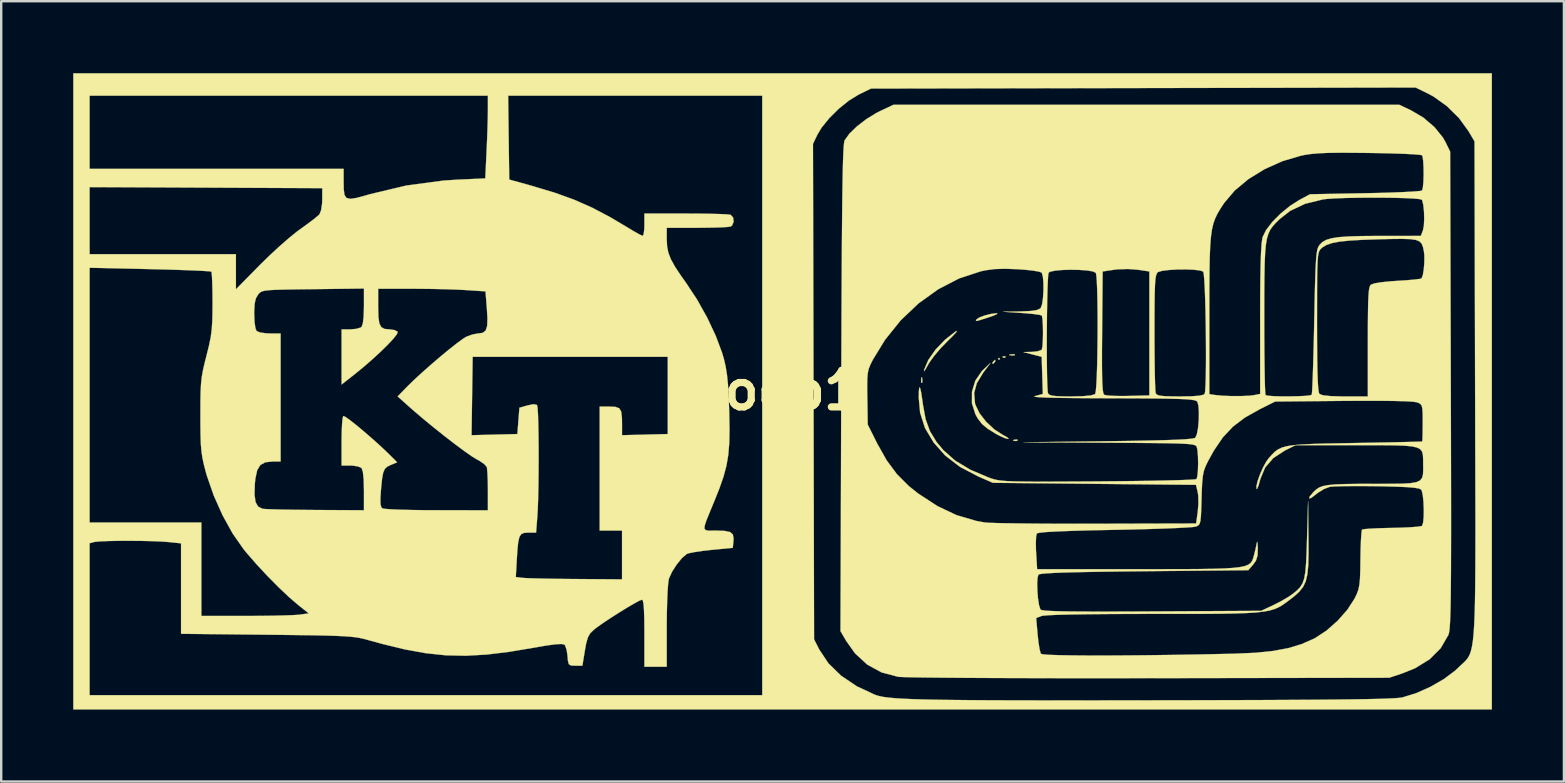
<source format=kicad_pcb>
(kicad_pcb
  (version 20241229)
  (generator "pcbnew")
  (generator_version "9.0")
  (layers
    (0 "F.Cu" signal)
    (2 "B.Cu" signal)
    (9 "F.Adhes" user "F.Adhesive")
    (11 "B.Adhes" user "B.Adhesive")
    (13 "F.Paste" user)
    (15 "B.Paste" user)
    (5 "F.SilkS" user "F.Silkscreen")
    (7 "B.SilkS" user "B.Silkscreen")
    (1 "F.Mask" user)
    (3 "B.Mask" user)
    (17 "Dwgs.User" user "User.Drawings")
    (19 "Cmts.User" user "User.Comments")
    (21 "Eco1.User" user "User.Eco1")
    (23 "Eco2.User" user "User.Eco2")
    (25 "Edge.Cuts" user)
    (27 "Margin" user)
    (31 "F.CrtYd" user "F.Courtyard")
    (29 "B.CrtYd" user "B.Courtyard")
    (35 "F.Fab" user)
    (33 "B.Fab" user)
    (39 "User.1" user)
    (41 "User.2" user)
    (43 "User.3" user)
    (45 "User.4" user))
  (footprint "logo1"
    (layer "F.Cu")
    (at 29.554 13.213)
    (property "Reference" "logo1" (at 0 0 0) (layer "F.SilkS") (effects (font (size 1.524 1.524) (thickness 0.3))))
    (attr through_hole)
    (fp_poly (pts (xy 9.059 -1.312) (xy 9.017 -1.27) (xy 8.975 -1.312) (xy 9.017 -1.355) (xy 9.059 -1.312)) (stroke (width 0.01) (type solid)) (fill yes) (layer "F.SilkS"))
    (fp_poly (pts (xy 5.813 -0.529) (xy 5.825 -0.356) (xy 5.813 -0.318) (xy 5.783 -0.307) (xy 5.771 -0.423) (xy 5.784 -0.544) (xy 5.813 -0.529)) (stroke (width 0.01) (type solid)) (fill yes) (layer "F.SilkS"))
    (fp_poly (pts (xy 9.285 -1.411) (xy 9.273 -1.361) (xy 9.229 -1.355) (xy 9.159 -1.386) (xy 9.172 -1.411) (xy 9.273 -1.421) (xy 9.285 -1.411)) (stroke (width 0.01) (type solid)) (fill yes) (layer "F.SilkS"))
    (fp_poly (pts (xy 9.673 -1.495) (xy 9.684 -1.465) (xy 9.567 -1.453) (xy 9.447 -1.466) (xy 9.461 -1.495) (xy 9.635 -1.507) (xy 9.673 -1.495)) (stroke (width 0.01) (type solid)) (fill yes) (layer "F.SilkS"))
    (fp_poly (pts (xy 9.798 2.066) (xy 9.773 2.104) (xy 9.687 2.11) (xy 9.597 2.089) (xy 9.636 2.059) (xy 9.768 2.049) (xy 9.798 2.066)) (stroke (width 0.01) (type solid)) (fill yes) (layer "F.SilkS"))
    (fp_poly (pts (xy 8.863 -1.215) (xy 8.848 -1.185) (xy 8.768 -1.104) (xy 8.753 -1.101) (xy 8.747 -1.155) (xy 8.763 -1.185) (xy 8.843 -1.266) (xy 8.858 -1.27) (xy 8.863 -1.215)) (stroke (width 0.01) (type solid)) (fill yes) (layer "F.SilkS"))
    (fp_poly (pts (xy 8.948 -3.188) (xy 8.828 -3.128) (xy 8.597 -3.046) (xy 8.594 -3.045) (xy 8.296 -2.949) (xy 8.128 -2.9) (xy 8.059 -2.891) (xy 8.058 -2.917) (xy 8.084 -2.96) (xy 8.199 -3.037) (xy 8.418 -3.118) (xy 8.673 -3.183) (xy 8.901 -3.212) (xy 8.932 -3.212) (xy 8.948 -3.188)) (stroke (width 0.01) (type solid)) (fill yes) (layer "F.SilkS"))
    (fp_poly (pts (xy 7.224 -2.409) (xy 7.076 -2.25) (xy 6.884 -2.062) (xy 6.589 -1.759) (xy 6.318 -1.44) (xy 6.114 -1.158) (xy 6.056 -1.058) (xy 5.95 -0.869) (xy 5.892 -0.797) (xy 5.893 -0.847) (xy 6.07 -1.263) (xy 6.375 -1.699) (xy 6.775 -2.115) (xy 7.197 -2.445) (xy 7.268 -2.478) (xy 7.224 -2.409)) (stroke (width 0.01) (type solid)) (fill yes) (layer "F.SilkS"))
    (fp_poly (pts (xy 8.355 -0.731) (xy 8.092 -0.298) (xy 7.981 0.11) (xy 8.015 0.524) (xy 8.038 0.609) (xy 8.206 0.955) (xy 8.484 1.313) (xy 8.826 1.631) (xy 9.169 1.851) (xy 9.35 1.95) (xy 9.42 2.014) (xy 9.398 2.027) (xy 9.255 1.989) (xy 9.031 1.888) (xy 8.89 1.813) (xy 8.544 1.598) (xy 8.308 1.401) (xy 8.134 1.177) (xy 8.034 0.998) (xy 7.889 0.538) (xy 7.891 0.055) (xy 8.032 -0.407) (xy 8.304 -0.803) (xy 8.352 -0.85) (xy 8.663 -1.143) (xy 8.355 -0.731)) (stroke (width 0.01) (type solid)) (fill yes) (layer "F.SilkS"))
    (fp_poly (pts (xy 29.549 13.293) (xy -29.549 13.293) (xy -29.549 6.37) (xy -28.871 6.37) (xy -28.871 12.7) (xy -0.847 12.7) (xy -0.847 -10.27) (xy 1.267 -10.27) (xy 1.29 0.051) (xy 1.312 10.372) (xy 1.524 10.791) (xy 1.909 11.371) (xy 2.44 11.89) (xy 3.105 12.336) (xy 3.846 12.681) (xy 3.954 12.717) (xy 4.083 12.75) (xy 4.245 12.779) (xy 4.446 12.804) (xy 4.696 12.827) (xy 5.005 12.846) (xy 5.38 12.863) (xy 5.83 12.877) (xy 6.366 12.889) (xy 6.994 12.898) (xy 7.725 12.905) (xy 8.567 12.911) (xy 9.529 12.914) (xy 10.619 12.916) (xy 11.847 12.917) (xy 13.222 12.916) (xy 14.752 12.914) (xy 15.706 12.913) (xy 17.296 12.91) (xy 18.725 12.906) (xy 19.998 12.902) (xy 21.124 12.896) (xy 22.11 12.89) (xy 22.963 12.883) (xy 23.69 12.874) (xy 24.298 12.865) (xy 24.795 12.854) (xy 25.189 12.841) (xy 25.485 12.827) (xy 25.692 12.812) (xy 25.817 12.795) (xy 25.823 12.793) (xy 26.392 12.618) (xy 26.986 12.354) (xy 27.547 12.031) (xy 28.016 11.681) (xy 28.143 11.562) (xy 28.25 11.46) (xy 28.346 11.373) (xy 28.431 11.292) (xy 28.508 11.207) (xy 28.575 11.11) (xy 28.633 10.992) (xy 28.683 10.843) (xy 28.726 10.654) (xy 28.762 10.417) (xy 28.791 10.122) (xy 28.815 9.76) (xy 28.833 9.322) (xy 28.847 8.799) (xy 28.856 8.182) (xy 28.862 7.462) (xy 28.865 6.63) (xy 28.866 5.676) (xy 28.864 4.592) (xy 28.861 3.368) (xy 28.857 1.996) (xy 28.854 0.466) (xy 28.852 0) (xy 28.829 -10.372) (xy 28.58 -10.795) (xy 28.183 -11.342) (xy 27.679 -11.84) (xy 27.123 -12.239) (xy 26.924 -12.347) (xy 26.374 -12.617) (xy 15.028 -12.595) (xy 3.683 -12.573) (xy 3.175 -12.325) (xy 2.769 -12.077) (xy 2.345 -11.736) (xy 1.95 -11.345) (xy 1.627 -10.948) (xy 1.454 -10.66) (xy 1.267 -10.27) (xy -0.847 -10.27) (xy -0.847 -12.277) (xy -11.433 -12.277) (xy -11.411 -10.53) (xy -11.388 -8.783) (xy -10.414 -8.512) (xy -9.496 -8.236) (xy -8.69 -7.945) (xy -7.941 -7.615) (xy -7.192 -7.221) (xy -6.523 -6.825) (xy -6.232 -6.649) (xy -5.996 -6.515) (xy -5.85 -6.442) (xy -5.825 -6.435) (xy -5.788 -6.511) (xy -5.763 -6.709) (xy -5.757 -6.9) (xy -5.757 -7.366) (xy -4.029 -7.366) (xy -3.498 -7.364) (xy -3.019 -7.357) (xy -2.622 -7.346) (xy -2.332 -7.333) (xy -2.178 -7.318) (xy -2.166 -7.315) (xy -2.059 -7.198) (xy -2.039 -7.02) (xy -2.106 -6.865) (xy -2.166 -6.825) (xy -2.295 -6.807) (xy -2.559 -6.791) (xy -2.926 -6.78) (xy -3.361 -6.774) (xy -3.563 -6.773) (xy -4.826 -6.773) (xy -4.826 -6.305) (xy -4.812 -6.007) (xy -4.76 -5.738) (xy -4.654 -5.464) (xy -4.48 -5.149) (xy -4.222 -4.76) (xy -4.016 -4.471) (xy -3.558 -3.776) (xy -3.139 -3.026) (xy -2.784 -2.272) (xy -2.519 -1.564) (xy -2.445 -1.312) (xy -2.372 -0.994) (xy -2.316 -0.648) (xy -2.275 -0.24) (xy -2.245 0.268) (xy -2.223 0.903) (xy -2.211 1.61) (xy -2.221 2.191) (xy -2.262 2.688) (xy -2.339 3.141) (xy -2.46 3.593) (xy -2.632 4.086) (xy -2.843 4.614) (xy -3.037 5.082) (xy -3.171 5.414) (xy -3.244 5.633) (xy -3.254 5.763) (xy -3.201 5.826) (xy -3.083 5.845) (xy -2.899 5.844) (xy -2.783 5.843) (xy -2.415 5.856) (xy -2.188 5.903) (xy -2.073 6) (xy -2.041 6.165) (xy -2.047 6.274) (xy -2.074 6.562) (xy -2.963 6.647) (xy -3.347 6.691) (xy -3.676 6.74) (xy -3.91 6.788) (xy -3.993 6.817) (xy -4.195 6.991) (xy -4.415 7.261) (xy -4.609 7.565) (xy -4.734 7.843) (xy -4.74 7.863) (xy -4.766 8.043) (xy -4.79 8.359) (xy -4.808 8.781) (xy -4.821 9.276) (xy -4.826 9.811) (xy -4.826 9.842) (xy -4.826 11.515) (xy -5.757 11.515) (xy -5.757 10.118) (xy -5.761 9.555) (xy -5.774 9.148) (xy -5.795 8.883) (xy -5.827 8.747) (xy -5.856 8.721) (xy -5.969 8.765) (xy -6.189 8.884) (xy -6.483 9.056) (xy -6.817 9.262) (xy -7.159 9.48) (xy -7.474 9.69) (xy -7.731 9.871) (xy -7.867 9.977) (xy -8.013 10.121) (xy -8.11 10.289) (xy -8.18 10.53) (xy -8.236 10.837) (xy -8.34 11.472) (xy -8.636 11.472) (xy -8.816 11.464) (xy -8.907 11.408) (xy -8.944 11.26) (xy -8.958 11.077) (xy -8.994 10.822) (xy -9.057 10.637) (xy -9.089 10.594) (xy -9.206 10.567) (xy -9.452 10.579) (xy -9.839 10.631) (xy -10.321 10.715) (xy -11.384 10.893) (xy -12.329 11.008) (xy -13.197 11.057) (xy -14.027 11.039) (xy -14.858 10.952) (xy -15.732 10.794) (xy -16.687 10.562) (xy -17.272 10.401) (xy -17.437 10.356) (xy -17.603 10.319) (xy -17.787 10.288) (xy -18.007 10.264) (xy -18.282 10.244) (xy -18.629 10.228) (xy -19.066 10.215) (xy -19.611 10.204) (xy -20.283 10.195) (xy -21.098 10.185) (xy -21.484 10.181) (xy -25.061 10.143) (xy -25.061 6.374) (xy -25.582 6.32) (xy -25.88 6.298) (xy -26.276 6.282) (xy -26.732 6.272) (xy -27.213 6.268) (xy -27.682 6.27) (xy -28.102 6.278) (xy -28.436 6.292) (xy -28.648 6.312) (xy -28.681 6.319) (xy -28.871 6.37) (xy -29.549 6.37) (xy -29.549 5.503) (xy -28.871 5.503) (xy -24.215 5.503) (xy -24.215 9.398) (xy -22.364 9.398) (xy -21.795 9.396) (xy -21.259 9.389) (xy -20.789 9.378) (xy -20.416 9.365) (xy -20.17 9.35) (xy -20.126 9.345) (xy -19.739 9.292) (xy -20.168 8.953) (xy -20.55 8.626) (xy -20.996 8.205) (xy -21.468 7.727) (xy -21.927 7.234) (xy -22.336 6.763) (xy -22.465 6.604) (xy -22.913 5.961) (xy -23.333 5.202) (xy -23.699 4.382) (xy -23.986 3.555) (xy -24.022 3.429) (xy -24.107 3.106) (xy -24.168 2.827) (xy -24.21 2.552) (xy -24.236 2.243) (xy -24.249 1.862) (xy -24.255 1.37) (xy -24.255 1.058) (xy -24.254 0.497) (xy -24.246 0.064) (xy -24.228 -0.28) (xy -24.195 -0.576) (xy -24.143 -0.864) (xy -24.068 -1.184) (xy -24.003 -1.439) (xy -23.899 -1.857) (xy -23.827 -2.204) (xy -23.783 -2.535) (xy -23.759 -2.9) (xy -23.753 -3.183) (xy -22.013 -3.183) (xy -21.999 -2.837) (xy -21.96 -2.584) (xy -21.912 -2.472) (xy -21.774 -2.414) (xy -21.532 -2.378) (xy -21.361 -2.371) (xy -20.913 -2.371) (xy -20.913 2.963) (xy -21.242 2.963) (xy -21.547 2.996) (xy -21.757 3.109) (xy -21.889 3.329) (xy -21.965 3.678) (xy -21.987 3.901) (xy -22 4.348) (xy -21.957 4.654) (xy -21.85 4.842) (xy -21.671 4.932) (xy -21.654 4.936) (xy -21.517 4.946) (xy -21.238 4.957) (xy -20.842 4.967) (xy -20.355 4.975) (xy -19.804 4.981) (xy -19.452 4.984) (xy -17.441 4.995) (xy -17.441 4.166) (xy -17.452 3.714) (xy -17.485 3.401) (xy -17.537 3.241) (xy -17.543 3.234) (xy -17.686 3.171) (xy -17.922 3.135) (xy -18.009 3.133) (xy -18.373 3.133) (xy -18.373 2.122) (xy -18.367 1.725) (xy -18.352 1.394) (xy -18.329 1.163) (xy -18.302 1.067) (xy -18.216 1.104) (xy -18.031 1.234) (xy -17.773 1.437) (xy -17.466 1.692) (xy -17.136 1.977) (xy -16.807 2.27) (xy -16.507 2.552) (xy -16.371 2.685) (xy -16.057 2.998) (xy -16.315 3.104) (xy -16.467 3.177) (xy -16.57 3.273) (xy -16.638 3.424) (xy -16.684 3.667) (xy -16.722 4.035) (xy -16.733 4.159) (xy -16.756 4.519) (xy -16.751 4.745) (xy -16.716 4.871) (xy -16.671 4.918) (xy -16.557 4.938) (xy -16.297 4.957) (xy -15.917 4.972) (xy -15.44 4.984) (xy -14.891 4.992) (xy -14.415 4.994) (xy -12.277 4.995) (xy -12.277 4.156) (xy -12.282 3.783) (xy -12.295 3.467) (xy -12.313 3.25) (xy -12.327 3.186) (xy -12.429 3.072) (xy -12.627 2.936) (xy -12.729 2.881) (xy -12.934 2.758) (xy -13.24 2.544) (xy -13.621 2.262) (xy -14.049 1.932) (xy -14.129 1.868) (xy -12.958 1.868) (xy -12.003 1.844) (xy -11.049 1.82) (xy -11.007 1.272) (xy -10.964 0.724) (xy -10.626 0.628) (xy -10.379 0.577) (xy -10.249 0.601) (xy -10.225 0.626) (xy -10.206 0.738) (xy -10.19 0.992) (xy -10.178 1.361) (xy -10.169 1.819) (xy -10.164 2.337) (xy -10.163 2.891) (xy -10.166 3.451) (xy -10.172 3.993) (xy -10.183 4.487) (xy -10.197 4.908) (xy -10.215 5.228) (xy -10.27 5.927) (xy -10.587 5.927) (xy -10.762 5.937) (xy -10.883 5.987) (xy -10.963 6.104) (xy -11.013 6.315) (xy -11.047 6.647) (xy -11.07 7) (xy -11.114 7.777) (xy -10.827 7.812) (xy -10.661 7.823) (xy -10.354 7.833) (xy -9.934 7.843) (xy -9.432 7.852) (xy -8.875 7.858) (xy -8.615 7.86) (xy -6.689 7.874) (xy -6.689 5.842) (xy -7.62 5.842) (xy -7.62 0.677) (xy -7.206 0.677) (xy -6.956 0.69) (xy -6.803 0.748) (xy -6.723 0.886) (xy -6.693 1.136) (xy -6.689 1.407) (xy -6.689 1.868) (xy -5.736 1.844) (xy -4.784 1.82) (xy -4.784 -1.397) (xy -12.912 -1.397) (xy -12.958 1.868) (xy -14.129 1.868) (xy -14.498 1.575) (xy -14.941 1.212) (xy -15.35 0.864) (xy -15.539 0.698) (xy -16.037 0.253) (xy -15.659 -0.136) (xy -15.381 -0.41) (xy -15.036 -0.728) (xy -14.654 -1.066) (xy -14.262 -1.402) (xy -13.888 -1.711) (xy -13.559 -1.97) (xy -13.305 -2.155) (xy -13.175 -2.234) (xy -12.923 -2.327) (xy -12.694 -2.37) (xy -12.676 -2.371) (xy -12.49 -2.397) (xy -12.37 -2.492) (xy -12.308 -2.681) (xy -12.296 -2.989) (xy -12.318 -3.373) (xy -12.377 -4.124) (xy -13.195 -4.178) (xy -13.574 -4.197) (xy -14.07 -4.214) (xy -14.627 -4.226) (xy -15.193 -4.232) (xy -15.431 -4.233) (xy -16.849 -4.233) (xy -16.849 -3.488) (xy -16.839 -3.073) (xy -16.802 -2.799) (xy -16.722 -2.637) (xy -16.586 -2.56) (xy -16.38 -2.54) (xy -16.371 -2.54) (xy -16.163 -2.511) (xy -16.036 -2.442) (xy -16.034 -2.439) (xy -16.067 -2.341) (xy -16.211 -2.157) (xy -16.444 -1.906) (xy -16.747 -1.609) (xy -17.099 -1.285) (xy -17.479 -0.955) (xy -17.856 -0.649) (xy -18.373 -0.243) (xy -18.373 -2.54) (xy -18.009 -2.54) (xy -17.759 -2.562) (xy -17.576 -2.618) (xy -17.543 -2.642) (xy -17.488 -2.786) (xy -17.454 -3.076) (xy -17.441 -3.49) (xy -17.441 -4.242) (xy -19.566 -4.216) (xy -20.219 -4.208) (xy -20.724 -4.2) (xy -21.102 -4.19) (xy -21.374 -4.175) (xy -21.56 -4.154) (xy -21.682 -4.125) (xy -21.761 -4.085) (xy -21.817 -4.032) (xy -21.852 -3.991) (xy -21.944 -3.832) (xy -21.995 -3.611) (xy -22.013 -3.28) (xy -22.013 -3.183) (xy -23.753 -3.183) (xy -23.75 -3.354) (xy -23.749 -3.655) (xy -23.752 -4.096) (xy -23.761 -4.476) (xy -23.774 -4.761) (xy -23.79 -4.922) (xy -23.798 -4.945) (xy -23.892 -4.96) (xy -24.134 -4.976) (xy -24.502 -4.994) (xy -24.976 -5.012) (xy -25.533 -5.03) (xy -26.154 -5.046) (xy -26.359 -5.051) (xy -28.871 -5.107) (xy -28.871 5.503) (xy -29.549 5.503) (xy -29.549 -5.673) (xy -28.871 -5.673) (xy -22.775 -5.673) (xy -22.775 -4.21) (xy -21.78 -5.221) (xy -21.385 -5.608) (xy -20.967 -5.995) (xy -20.565 -6.346) (xy -20.221 -6.624) (xy -20.098 -6.714) (xy -19.791 -6.935) (xy -19.528 -7.134) (xy -19.348 -7.283) (xy -19.295 -7.334) (xy -19.227 -7.503) (xy -19.185 -7.779) (xy -19.179 -7.949) (xy -19.177 -8.424) (xy -24.024 -8.446) (xy -28.871 -8.468) (xy -28.871 -5.673) (xy -29.549 -5.673) (xy -29.549 -12.277) (xy -28.871 -12.277) (xy -28.871 -9.229) (xy -18.288 -9.229) (xy -18.288 -8.728) (xy -18.283 -8.377) (xy -18.252 -8.144) (xy -18.169 -8.015) (xy -18.009 -7.978) (xy -17.746 -8.018) (xy -17.354 -8.125) (xy -17.19 -8.173) (xy -15.676 -8.533) (xy -14.118 -8.741) (xy -13.543 -8.778) (xy -12.386 -8.831) (xy -12.332 -9.974) (xy -12.31 -10.461) (xy -12.293 -10.946) (xy -12.281 -11.375) (xy -12.277 -11.691) (xy -12.277 -11.697) (xy -12.277 -12.277) (xy -28.871 -12.277) (xy -29.549 -12.277) (xy -29.549 -13.208) (xy 29.549 -13.208) (xy 29.549 13.293)) (stroke (width 0.01) (type solid)) (fill yes) (layer "F.SilkS"))
    (fp_poly (pts (xy 26.177 -11.67) (xy 26.696 -11.364) (xy 27.155 -10.972) (xy 27.509 -10.536) (xy 27.618 -10.344) (xy 27.813 -9.948) (xy 27.841 -0.034) (xy 27.845 1.489) (xy 27.848 2.851) (xy 27.85 4.062) (xy 27.851 5.131) (xy 27.851 6.066) (xy 27.849 6.878) (xy 27.847 7.575) (xy 27.842 8.166) (xy 27.837 8.66) (xy 27.829 9.067) (xy 27.82 9.395) (xy 27.809 9.653) (xy 27.796 9.851) (xy 27.782 9.998) (xy 27.765 10.102) (xy 27.746 10.173) (xy 27.739 10.19) (xy 27.418 10.744) (xy 26.957 11.205) (xy 26.355 11.576) (xy 25.827 11.789) (xy 25.273 11.974) (xy 15.282 11.991) (xy 13.986 11.992) (xy 12.731 11.992) (xy 11.527 11.992) (xy 10.387 11.989) (xy 9.321 11.986) (xy 8.341 11.982) (xy 7.457 11.977) (xy 6.68 11.971) (xy 6.023 11.964) (xy 5.495 11.957) (xy 5.108 11.948) (xy 4.873 11.939) (xy 4.812 11.934) (xy 4.125 11.752) (xy 3.528 11.427) (xy 3.02 10.959) (xy 2.654 10.444) (xy 2.413 10.033) (xy 2.425 6.329) (xy 10.552 6.329) (xy 10.557 6.65) (xy 10.563 6.752) (xy 10.605 7.451) (xy 14.788 7.451) (xy 15.797 7.45) (xy 16.651 7.449) (xy 17.362 7.444) (xy 17.945 7.435) (xy 18.412 7.42) (xy 18.778 7.396) (xy 19.056 7.364) (xy 19.26 7.32) (xy 19.403 7.264) (xy 19.498 7.194) (xy 19.56 7.109) (xy 19.602 7.006) (xy 19.636 6.886) (xy 19.704 6.615) (xy 19.753 6.375) (xy 19.757 6.35) (xy 19.776 6.306) (xy 19.792 6.408) (xy 19.8 6.578) (xy 19.789 6.883) (xy 19.721 7.097) (xy 19.608 7.255) (xy 19.403 7.493) (xy 15.082 7.535) (xy 14.028 7.547) (xy 13.135 7.559) (xy 12.394 7.573) (xy 11.797 7.588) (xy 11.335 7.605) (xy 11 7.624) (xy 10.782 7.645) (xy 10.674 7.669) (xy 10.662 7.677) (xy 10.623 7.804) (xy 10.608 8.046) (xy 10.616 8.35) (xy 10.641 8.665) (xy 10.683 8.939) (xy 10.737 9.118) (xy 10.744 9.13) (xy 10.794 9.153) (xy 10.921 9.173) (xy 11.136 9.189) (xy 11.449 9.201) (xy 11.871 9.21) (xy 12.414 9.215) (xy 13.088 9.217) (xy 13.904 9.216) (xy 14.874 9.213) (xy 15.374 9.21) (xy 19.939 9.186) (xy 20.443 8.95) (xy 20.761 8.788) (xy 21.06 8.614) (xy 21.228 8.5) (xy 21.415 8.351) (xy 21.556 8.209) (xy 21.66 8.047) (xy 21.732 7.841) (xy 21.78 7.562) (xy 21.812 7.186) (xy 21.834 6.686) (xy 21.848 6.227) (xy 21.894 4.614) (xy 21.911 6.163) (xy 21.914 6.797) (xy 21.901 7.29) (xy 21.864 7.669) (xy 21.795 7.96) (xy 21.684 8.192) (xy 21.524 8.392) (xy 21.307 8.587) (xy 21.128 8.725) (xy 20.963 8.849) (xy 20.811 8.954) (xy 20.658 9.042) (xy 20.489 9.114) (xy 20.289 9.173) (xy 20.044 9.218) (xy 19.738 9.253) (xy 19.356 9.277) (xy 18.885 9.294) (xy 18.308 9.305) (xy 17.611 9.311) (xy 16.779 9.313) (xy 15.798 9.313) (xy 15.444 9.313) (xy 14.384 9.315) (xy 13.447 9.32) (xy 12.638 9.328) (xy 11.965 9.339) (xy 11.436 9.353) (xy 11.058 9.37) (xy 10.839 9.389) (xy 10.792 9.399) (xy 10.566 9.485) (xy 10.626 10.182) (xy 10.664 10.518) (xy 10.709 10.792) (xy 10.755 10.958) (xy 10.767 10.978) (xy 10.869 11.001) (xy 11.128 11.019) (xy 11.529 11.033) (xy 12.061 11.042) (xy 12.708 11.047) (xy 13.459 11.048) (xy 14.3 11.043) (xy 15.219 11.035) (xy 16.2 11.022) (xy 17.233 11.005) (xy 18.302 10.983) (xy 18.838 10.971) (xy 19.714 10.932) (xy 20.452 10.855) (xy 21.083 10.736) (xy 21.635 10.567) (xy 22.14 10.344) (xy 22.198 10.314) (xy 22.666 10.005) (xy 23.127 9.597) (xy 23.531 9.139) (xy 23.827 8.683) (xy 23.833 8.672) (xy 23.926 8.478) (xy 23.99 8.301) (xy 24.031 8.103) (xy 24.056 7.845) (xy 24.069 7.492) (xy 24.075 7.037) (xy 24.083 6.606) (xy 24.097 6.238) (xy 24.115 5.964) (xy 24.135 5.817) (xy 24.142 5.802) (xy 24.242 5.781) (xy 24.479 5.762) (xy 24.821 5.745) (xy 25.237 5.733) (xy 25.384 5.731) (xy 25.818 5.72) (xy 26.191 5.702) (xy 26.471 5.679) (xy 26.625 5.653) (xy 26.642 5.644) (xy 26.686 5.514) (xy 26.71 5.268) (xy 26.714 4.959) (xy 26.701 4.638) (xy 26.671 4.358) (xy 26.626 4.17) (xy 26.602 4.132) (xy 26.51 4.09) (xy 26.316 4.057) (xy 26.003 4.031) (xy 25.556 4.012) (xy 24.96 3.997) (xy 24.788 3.994) (xy 24.248 3.988) (xy 23.75 3.988) (xy 23.324 3.993) (xy 23.001 4.003) (xy 22.812 4.017) (xy 22.8 4.019) (xy 22.558 4.11) (xy 22.296 4.272) (xy 22.223 4.331) (xy 22.027 4.48) (xy 21.937 4.505) (xy 21.964 4.419) (xy 22.118 4.237) (xy 22.142 4.213) (xy 22.249 4.116) (xy 22.37 4.041) (xy 22.525 3.985) (xy 22.738 3.946) (xy 23.029 3.919) (xy 23.421 3.904) (xy 23.935 3.897) (xy 24.595 3.895) (xy 24.688 3.895) (xy 25.321 3.894) (xy 25.805 3.888) (xy 26.159 3.868) (xy 26.404 3.826) (xy 26.56 3.753) (xy 26.646 3.642) (xy 26.683 3.485) (xy 26.69 3.273) (xy 26.688 3.085) (xy 26.687 2.867) (xy 26.678 2.692) (xy 26.644 2.556) (xy 26.567 2.454) (xy 26.431 2.382) (xy 26.218 2.334) (xy 25.911 2.305) (xy 25.494 2.291) (xy 24.949 2.286) (xy 24.259 2.286) (xy 23.915 2.286) (xy 21.369 2.286) (xy 20.933 2.503) (xy 20.446 2.82) (xy 20.105 3.214) (xy 19.904 3.695) (xy 19.898 3.721) (xy 19.833 3.955) (xy 19.777 4.097) (xy 19.752 4.117) (xy 19.74 4) (xy 19.791 3.781) (xy 19.889 3.505) (xy 20.015 3.219) (xy 20.152 2.969) (xy 20.25 2.832) (xy 20.386 2.68) (xy 20.511 2.557) (xy 20.644 2.459) (xy 20.805 2.383) (xy 21.011 2.326) (xy 21.283 2.284) (xy 21.638 2.254) (xy 22.097 2.232) (xy 22.677 2.216) (xy 23.397 2.202) (xy 23.834 2.194) (xy 24.503 2.182) (xy 25.117 2.17) (xy 25.654 2.159) (xy 26.095 2.149) (xy 26.42 2.14) (xy 26.608 2.134) (xy 26.649 2.131) (xy 26.658 2.046) (xy 26.665 1.83) (xy 26.669 1.523) (xy 26.67 1.353) (xy 26.668 0.99) (xy 26.655 0.761) (xy 26.623 0.628) (xy 26.559 0.556) (xy 26.456 0.507) (xy 26.44 0.501) (xy 26.281 0.475) (xy 25.96 0.455) (xy 25.485 0.442) (xy 24.863 0.435) (xy 24.103 0.435) (xy 23.366 0.439) (xy 20.522 0.466) (xy 19.892 0.78) (xy 19.27 1.128) (xy 18.767 1.508) (xy 18.345 1.956) (xy 17.968 2.51) (xy 17.721 2.959) (xy 17.621 3.166) (xy 17.552 3.357) (xy 17.508 3.573) (xy 17.481 3.855) (xy 17.463 4.243) (xy 17.456 4.509) (xy 17.443 4.956) (xy 17.428 5.262) (xy 17.405 5.458) (xy 17.368 5.572) (xy 17.311 5.634) (xy 17.228 5.673) (xy 17.222 5.675) (xy 17.093 5.695) (xy 16.814 5.715) (xy 16.407 5.736) (xy 15.891 5.757) (xy 15.285 5.777) (xy 14.612 5.795) (xy 13.889 5.811) (xy 13.841 5.811) (xy 12.88 5.831) (xy 12.087 5.853) (xy 11.463 5.877) (xy 11.006 5.902) (xy 10.718 5.93) (xy 10.596 5.959) (xy 10.593 5.961) (xy 10.564 6.084) (xy 10.552 6.329) (xy 2.425 6.329) (xy 2.444 -0.085) (xy 2.445 -0.167) (xy 3.525 -0.167) (xy 3.53 0.284) (xy 3.531 0.311) (xy 3.548 1.426) (xy 3.943 2.216) (xy 4.336 2.915) (xy 4.763 3.491) (xy 5.261 3.989) (xy 5.651 4.299) (xy 6.452 4.822) (xy 7.244 5.197) (xy 8.063 5.438) (xy 8.424 5.504) (xy 8.592 5.516) (xy 8.911 5.528) (xy 9.363 5.537) (xy 9.929 5.545) (xy 10.591 5.552) (xy 11.33 5.556) (xy 12.129 5.558) (xy 12.968 5.557) (xy 13.038 5.557) (xy 17.229 5.546) (xy 17.298 5.047) (xy 17.325 4.714) (xy 17.318 4.396) (xy 17.296 4.243) (xy 17.223 3.937) (xy 12.993 3.895) (xy 8.763 3.852) (xy 8.152 3.587) (xy 7.394 3.19) (xy 6.775 2.714) (xy 6.297 2.177) (xy 5.934 1.57) (xy 5.73 0.935) (xy 5.673 0.309) (xy 5.68 0.008) (xy 5.7 -0.126) (xy 5.732 -0.096) (xy 5.776 0.099) (xy 5.829 0.454) (xy 5.846 0.588) (xy 5.958 1.197) (xy 6.139 1.699) (xy 6.415 2.152) (xy 6.697 2.49) (xy 7.194 2.93) (xy 7.833 3.313) (xy 8.594 3.635) (xy 8.716 3.677) (xy 8.836 3.712) (xy 8.97 3.741) (xy 9.134 3.763) (xy 9.345 3.78) (xy 9.617 3.792) (xy 9.968 3.799) (xy 10.413 3.803) (xy 10.969 3.804) (xy 11.65 3.801) (xy 12.474 3.797) (xy 13.138 3.793) (xy 13.95 3.786) (xy 14.71 3.777) (xy 15.401 3.767) (xy 16.007 3.754) (xy 16.511 3.741) (xy 16.897 3.727) (xy 17.146 3.712) (xy 17.244 3.697) (xy 17.244 3.697) (xy 17.281 3.578) (xy 17.304 3.343) (xy 17.313 3.048) (xy 17.306 2.746) (xy 17.285 2.491) (xy 17.253 2.349) (xy 17.229 2.313) (xy 17.178 2.283) (xy 17.084 2.259) (xy 16.934 2.239) (xy 16.712 2.224) (xy 16.402 2.212) (xy 15.99 2.203) (xy 15.46 2.196) (xy 14.797 2.19) (xy 13.986 2.185) (xy 13.613 2.183) (xy 10.033 2.164) (xy 13.564 2.119) (xy 14.509 2.106) (xy 15.295 2.091) (xy 15.93 2.075) (xy 16.426 2.057) (xy 16.791 2.037) (xy 17.035 2.014) (xy 17.167 1.988) (xy 17.196 1.973) (xy 17.261 1.825) (xy 17.31 1.564) (xy 17.339 1.243) (xy 17.345 0.919) (xy 17.327 0.645) (xy 17.28 0.477) (xy 17.273 0.467) (xy 17.227 0.434) (xy 17.139 0.408) (xy 16.992 0.386) (xy 16.773 0.369) (xy 16.465 0.356) (xy 16.054 0.346) (xy 15.525 0.339) (xy 14.863 0.334) (xy 14.052 0.331) (xy 13.684 0.33) (xy 12.775 0.326) (xy 12.028 0.32) (xy 11.437 0.312) (xy 10.994 0.301) (xy 10.693 0.287) (xy 10.528 0.27) (xy 10.49 0.249) (xy 10.523 0.236) (xy 10.843 0.151) (xy 10.795 -1.397) (xy 10.033 -1.595) (xy 10.388 -1.602) (xy 10.621 -1.626) (xy 10.776 -1.678) (xy 10.798 -1.699) (xy 10.826 -1.825) (xy 10.842 -2.048) (xy 11.008 -2.048) (xy 11.009 -1.492) (xy 11.013 -0.977) (xy 11.02 -0.532) (xy 11.031 -0.182) (xy 11.046 0.047) (xy 11.058 0.12) (xy 11.109 0.181) (xy 11.226 0.221) (xy 11.437 0.243) (xy 11.773 0.253) (xy 12.015 0.254) (xy 12.5 0.244) (xy 12.834 0.213) (xy 13.008 0.163) (xy 13.022 0.152) (xy 13.048 0.044) (xy 13.071 -0.208) (xy 13.09 -0.576) (xy 13.105 -1.035) (xy 13.106 -1.054) (xy 13.307 -1.054) (xy 13.312 -0.588) (xy 13.323 -0.246) (xy 13.341 -0.013) (xy 13.365 0.125) (xy 13.396 0.184) (xy 13.397 0.185) (xy 13.523 0.212) (xy 13.776 0.23) (xy 14.118 0.236) (xy 14.393 0.233) (xy 15.282 0.212) (xy 15.282 -2.41) (xy 15.494 -2.41) (xy 15.496 -1.784) (xy 15.501 -1.21) (xy 15.508 -0.71) (xy 15.518 -0.308) (xy 15.53 -0.026) (xy 15.543 0.113) (xy 15.545 0.12) (xy 15.595 0.18) (xy 15.707 0.219) (xy 15.912 0.242) (xy 16.237 0.252) (xy 16.556 0.254) (xy 17.033 0.247) (xy 17.355 0.223) (xy 17.536 0.183) (xy 17.585 0.148) (xy 17.606 0.031) (xy 17.622 -0.227) (xy 17.633 -0.601) (xy 17.639 -1.064) (xy 17.64 -1.59) (xy 17.637 -2.153) (xy 17.631 -2.727) (xy 17.623 -3.123) (xy 17.78 -3.123) (xy 17.78 0.158) (xy 18.013 0.193) (xy 18.313 0.223) (xy 18.691 0.238) (xy 19.082 0.239) (xy 19.424 0.225) (xy 19.632 0.201) (xy 19.897 0.148) (xy 19.897 -2.943) (xy 19.897 -2.999) (xy 20.068 -2.999) (xy 20.069 -2.286) (xy 20.073 -1.626) (xy 20.079 -1.04) (xy 20.087 -0.545) (xy 20.097 -0.162) (xy 20.109 0.092) (xy 20.122 0.196) (xy 20.122 0.198) (xy 20.23 0.224) (xy 20.461 0.242) (xy 20.772 0.251) (xy 21.122 0.252) (xy 21.467 0.245) (xy 21.765 0.231) (xy 21.973 0.208) (xy 22.047 0.184) (xy 22.058 0.086) (xy 22.072 -0.162) (xy 22.088 -0.54) (xy 22.104 -1.028) (xy 22.12 -1.606) (xy 22.137 -2.256) (xy 22.149 -2.85) (xy 22.267 -2.85) (xy 22.269 -2.006) (xy 22.274 -1.32) (xy 22.284 -0.78) (xy 22.298 -0.374) (xy 22.317 -0.091) (xy 22.341 0.081) (xy 22.369 0.152) (xy 22.515 0.205) (xy 22.825 0.239) (xy 23.295 0.253) (xy 23.427 0.254) (xy 24.384 0.254) (xy 24.384 -2.022) (xy 24.385 -2.717) (xy 24.39 -3.262) (xy 24.398 -3.675) (xy 24.412 -3.975) (xy 24.431 -4.18) (xy 24.458 -4.311) (xy 24.493 -4.384) (xy 24.512 -4.404) (xy 24.656 -4.456) (xy 24.94 -4.504) (xy 25.333 -4.544) (xy 25.606 -4.562) (xy 25.993 -4.587) (xy 26.316 -4.615) (xy 26.537 -4.642) (xy 26.62 -4.663) (xy 26.673 -4.795) (xy 26.714 -5.038) (xy 26.737 -5.33) (xy 26.738 -5.614) (xy 26.72 -5.791) (xy 26.68 -5.974) (xy 26.626 -6.111) (xy 26.534 -6.207) (xy 26.381 -6.268) (xy 26.144 -6.301) (xy 25.801 -6.311) (xy 25.328 -6.306) (xy 24.873 -6.295) (xy 24.178 -6.272) (xy 23.632 -6.241) (xy 23.211 -6.197) (xy 22.896 -6.137) (xy 22.664 -6.059) (xy 22.495 -5.958) (xy 22.443 -5.914) (xy 22.396 -5.865) (xy 22.358 -5.803) (xy 22.328 -5.711) (xy 22.306 -5.571) (xy 22.29 -5.365) (xy 22.279 -5.075) (xy 22.272 -4.684) (xy 22.269 -4.175) (xy 22.268 -3.529) (xy 22.267 -2.85) (xy 22.149 -2.85) (xy 22.15 -2.87) (xy 22.166 -3.665) (xy 22.181 -4.308) (xy 22.196 -4.817) (xy 22.213 -5.209) (xy 22.231 -5.502) (xy 22.253 -5.713) (xy 22.28 -5.861) (xy 22.312 -5.961) (xy 22.352 -6.033) (xy 22.369 -6.056) (xy 22.486 -6.175) (xy 22.643 -6.266) (xy 22.861 -6.334) (xy 23.161 -6.382) (xy 23.563 -6.412) (xy 24.09 -6.428) (xy 24.761 -6.434) (xy 24.873 -6.434) (xy 26.59 -6.435) (xy 26.68 -6.668) (xy 26.718 -6.859) (xy 26.731 -7.135) (xy 26.724 -7.44) (xy 26.696 -7.715) (xy 26.652 -7.904) (xy 26.628 -7.944) (xy 26.519 -7.971) (xy 26.269 -7.993) (xy 25.908 -8.01) (xy 25.464 -8.022) (xy 24.967 -8.028) (xy 24.445 -8.029) (xy 23.927 -8.024) (xy 23.442 -8.014) (xy 23.019 -7.998) (xy 22.686 -7.976) (xy 22.521 -7.957) (xy 21.77 -7.773) (xy 21.144 -7.476) (xy 20.709 -7.136) (xy 20.552 -6.982) (xy 20.424 -6.84) (xy 20.32 -6.694) (xy 20.239 -6.524) (xy 20.177 -6.313) (xy 20.133 -6.044) (xy 20.103 -5.699) (xy 20.084 -5.259) (xy 20.074 -4.707) (xy 20.069 -4.026) (xy 20.068 -3.196) (xy 20.068 -2.999) (xy 19.897 -2.999) (xy 19.899 -3.881) (xy 19.906 -4.658) (xy 19.918 -5.283) (xy 19.935 -5.765) (xy 19.958 -6.111) (xy 19.987 -6.331) (xy 19.999 -6.383) (xy 20.147 -6.683) (xy 20.411 -7.024) (xy 20.756 -7.371) (xy 21.145 -7.687) (xy 21.505 -7.917) (xy 21.971 -8.17) (xy 24.271 -8.213) (xy 24.88 -8.226) (xy 25.433 -8.243) (xy 25.909 -8.263) (xy 26.283 -8.283) (xy 26.535 -8.304) (xy 26.64 -8.324) (xy 26.641 -8.324) (xy 26.676 -8.442) (xy 26.698 -8.676) (xy 26.708 -8.976) (xy 26.705 -9.29) (xy 26.689 -9.565) (xy 26.661 -9.75) (xy 26.641 -9.794) (xy 26.54 -9.814) (xy 26.294 -9.834) (xy 25.925 -9.853) (xy 25.458 -9.869) (xy 24.914 -9.883) (xy 24.41 -9.891) (xy 23.699 -9.898) (xy 23.131 -9.899) (xy 22.68 -9.892) (xy 22.322 -9.875) (xy 22.029 -9.849) (xy 21.777 -9.813) (xy 21.602 -9.778) (xy 20.826 -9.549) (xy 20.085 -9.217) (xy 19.411 -8.803) (xy 18.838 -8.326) (xy 18.399 -7.808) (xy 18.387 -7.791) (xy 18.243 -7.57) (xy 18.123 -7.37) (xy 18.026 -7.17) (xy 17.949 -6.954) (xy 17.89 -6.703) (xy 17.847 -6.399) (xy 17.817 -6.023) (xy 17.797 -5.558) (xy 17.786 -4.983) (xy 17.781 -4.283) (xy 17.78 -3.437) (xy 17.78 -3.123) (xy 17.623 -3.123) (xy 17.62 -3.286) (xy 17.606 -3.805) (xy 17.589 -4.256) (xy 17.569 -4.614) (xy 17.547 -4.853) (xy 17.525 -4.946) (xy 17.391 -4.994) (xy 17.135 -5.025) (xy 16.803 -5.038) (xy 16.443 -5.035) (xy 16.099 -5.015) (xy 15.819 -4.98) (xy 15.648 -4.931) (xy 15.633 -4.921) (xy 15.592 -4.871) (xy 15.56 -4.784) (xy 15.535 -4.642) (xy 15.518 -4.427) (xy 15.506 -4.118) (xy 15.499 -3.697) (xy 15.495 -3.145) (xy 15.494 -2.444) (xy 15.494 -2.41) (xy 15.282 -2.41) (xy 15.282 -4.953) (xy 14.796 -5.026) (xy 14.392 -5.056) (xy 13.962 -5.042) (xy 13.822 -5.026) (xy 13.335 -4.953) (xy 13.313 -2.419) (xy 13.307 -1.659) (xy 13.307 -1.054) (xy 13.106 -1.054) (xy 13.116 -1.558) (xy 13.123 -2.119) (xy 13.126 -2.691) (xy 13.124 -3.249) (xy 13.118 -3.767) (xy 13.106 -4.217) (xy 13.09 -4.574) (xy 13.069 -4.811) (xy 13.049 -4.897) (xy 12.93 -4.954) (xy 12.688 -4.995) (xy 12.364 -5.018) (xy 12.005 -5.025) (xy 11.653 -5.015) (xy 11.352 -4.987) (xy 11.147 -4.942) (xy 11.085 -4.903) (xy 11.066 -4.791) (xy 11.05 -4.537) (xy 11.036 -4.166) (xy 11.025 -3.706) (xy 11.016 -3.181) (xy 11.011 -2.62) (xy 11.008 -2.048) (xy 10.842 -2.048) (xy 10.843 -2.063) (xy 10.85 -2.36) (xy 10.846 -2.665) (xy 10.832 -2.925) (xy 10.808 -3.091) (xy 10.795 -3.119) (xy 10.691 -3.148) (xy 10.46 -3.18) (xy 10.141 -3.211) (xy 9.963 -3.224) (xy 9.186 -3.275) (xy 9.917 -3.288) (xy 10.316 -3.305) (xy 10.576 -3.341) (xy 10.723 -3.402) (xy 10.755 -3.432) (xy 10.811 -3.582) (xy 10.849 -3.841) (xy 10.869 -4.155) (xy 10.868 -4.471) (xy 10.845 -4.735) (xy 10.8 -4.895) (xy 10.79 -4.907) (xy 10.672 -4.948) (xy 10.425 -4.99) (xy 10.086 -5.026) (xy 9.774 -5.048) (xy 9.248 -5.066) (xy 8.829 -5.052) (xy 8.458 -5.002) (xy 8.257 -4.959) (xy 7.354 -4.662) (xy 6.484 -4.211) (xy 5.666 -3.624) (xy 4.92 -2.916) (xy 4.266 -2.102) (xy 3.758 -1.27) (xy 3.659 -1.073) (xy 3.591 -0.903) (xy 3.55 -0.721) (xy 3.53 -0.489) (xy 3.525 -0.167) (xy 2.445 -0.167) (xy 2.45 -1.663) (xy 2.455 -3.08) (xy 2.461 -4.344) (xy 2.467 -5.462) (xy 2.474 -6.442) (xy 2.481 -7.293) (xy 2.489 -8.022) (xy 2.498 -8.637) (xy 2.508 -9.147) (xy 2.519 -9.559) (xy 2.531 -9.881) (xy 2.544 -10.121) (xy 2.559 -10.287) (xy 2.575 -10.387) (xy 2.586 -10.418) (xy 2.785 -10.695) (xy 3.099 -10.999) (xy 3.486 -11.297) (xy 3.902 -11.554) (xy 4.049 -11.628) (xy 4.614 -11.896) (xy 25.696 -11.896) (xy 26.177 -11.67)) (stroke (width 0.01) (type solid)) (fill yes) (layer "F.SilkS")))
  (gr_rect
    (start -3 -3)
    (end 62.107 29.511)
    (stroke (width 0.1) (type default))
    (fill no)
    (layer "Edge.Cuts")))
</source>
